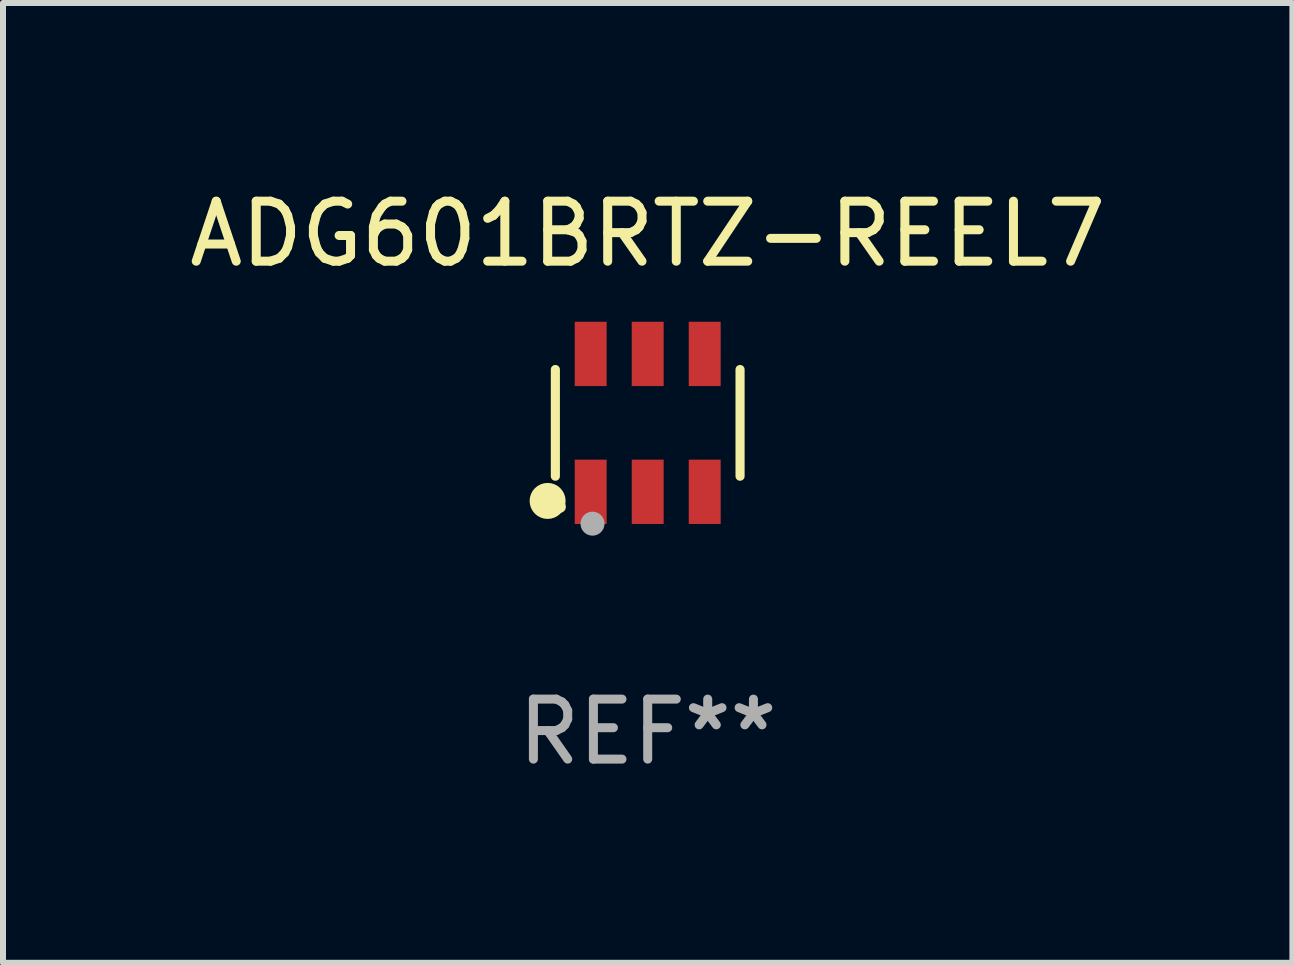
<source format=kicad_pcb>
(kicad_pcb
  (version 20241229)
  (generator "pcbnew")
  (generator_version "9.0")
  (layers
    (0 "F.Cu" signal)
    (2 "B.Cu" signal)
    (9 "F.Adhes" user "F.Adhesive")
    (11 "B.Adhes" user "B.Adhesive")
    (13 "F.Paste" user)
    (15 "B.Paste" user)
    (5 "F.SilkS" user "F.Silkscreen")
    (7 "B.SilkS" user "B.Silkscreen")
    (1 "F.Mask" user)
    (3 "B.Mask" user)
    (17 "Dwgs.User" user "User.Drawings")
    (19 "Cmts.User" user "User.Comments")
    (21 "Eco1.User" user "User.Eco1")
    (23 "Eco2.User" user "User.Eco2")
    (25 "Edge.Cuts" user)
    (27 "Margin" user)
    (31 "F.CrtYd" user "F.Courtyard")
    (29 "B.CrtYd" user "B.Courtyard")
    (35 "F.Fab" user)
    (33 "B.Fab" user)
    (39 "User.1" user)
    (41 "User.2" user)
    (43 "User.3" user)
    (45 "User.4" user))
  (footprint "ADG601BRTZ-REEL7"
    (layer "F.Cu")
    (at 7.744 3.997)
    (property "Reference" "ADG601BRTZ-REEL7" (at 0 -3.149 0) (layer "F.SilkS") (effects (font (size 1 1) (thickness 0.15))))
    (attr through_hole)
    (fp_line (start -1.539 0.889) (end -1.539 -0.889) (stroke (width 0.152) (type solid)) (layer "F.SilkS"))
    (fp_line (start 1.539 0.889) (end 1.539 -0.889) (stroke (width 0.152) (type solid)) (layer "F.SilkS"))
    (fp_circle (center -1.668 1.301) (end -1.518 1.301) (stroke (width 0.3) (type solid)) (fill no) (layer "F.SilkS"))
    (fp_circle (center -1.463 1.4) (end -1.413 1.4) (stroke (width 0.1) (type solid)) (fill no) (layer "F.SilkS"))
    (fp_circle (center -0.92 1.68) (end -0.82 1.68) (stroke (width 0.2) (type solid)) (fill no) (layer "F.Fab"))
    (fp_text user "REF**" (at 0 5.149 0) (layer "F.Fab") (effects (font (size 1 1) (thickness 0.15))))
    (pad "1" smd rect (at -0.95 1.149) (size 0.532 1.072) (layers "F.Cu" "F.Mask" "F.Paste"))
    (pad "2" smd rect (at 0 1.149) (size 0.532 1.072) (layers "F.Cu" "F.Mask" "F.Paste"))
    (pad "3" smd rect (at 0.95 1.149) (size 0.532 1.072) (layers "F.Cu" "F.Mask" "F.Paste"))
    (pad "4" smd rect (at 0.95 -1.149) (size 0.532 1.072) (layers "F.Cu" "F.Mask" "F.Paste"))
    (pad "5" smd rect (at 0 -1.149) (size 0.532 1.072) (layers "F.Cu" "F.Mask" "F.Paste"))
    (pad "6" smd rect (at -0.95 -1.149) (size 0.532 1.072) (layers "F.Cu" "F.Mask" "F.Paste")))
  (gr_rect
    (start -3 -3)
    (end 18.488 12.995)
    (stroke (width 0.1) (type default))
    (fill no)
    (layer "Edge.Cuts")))
</source>
